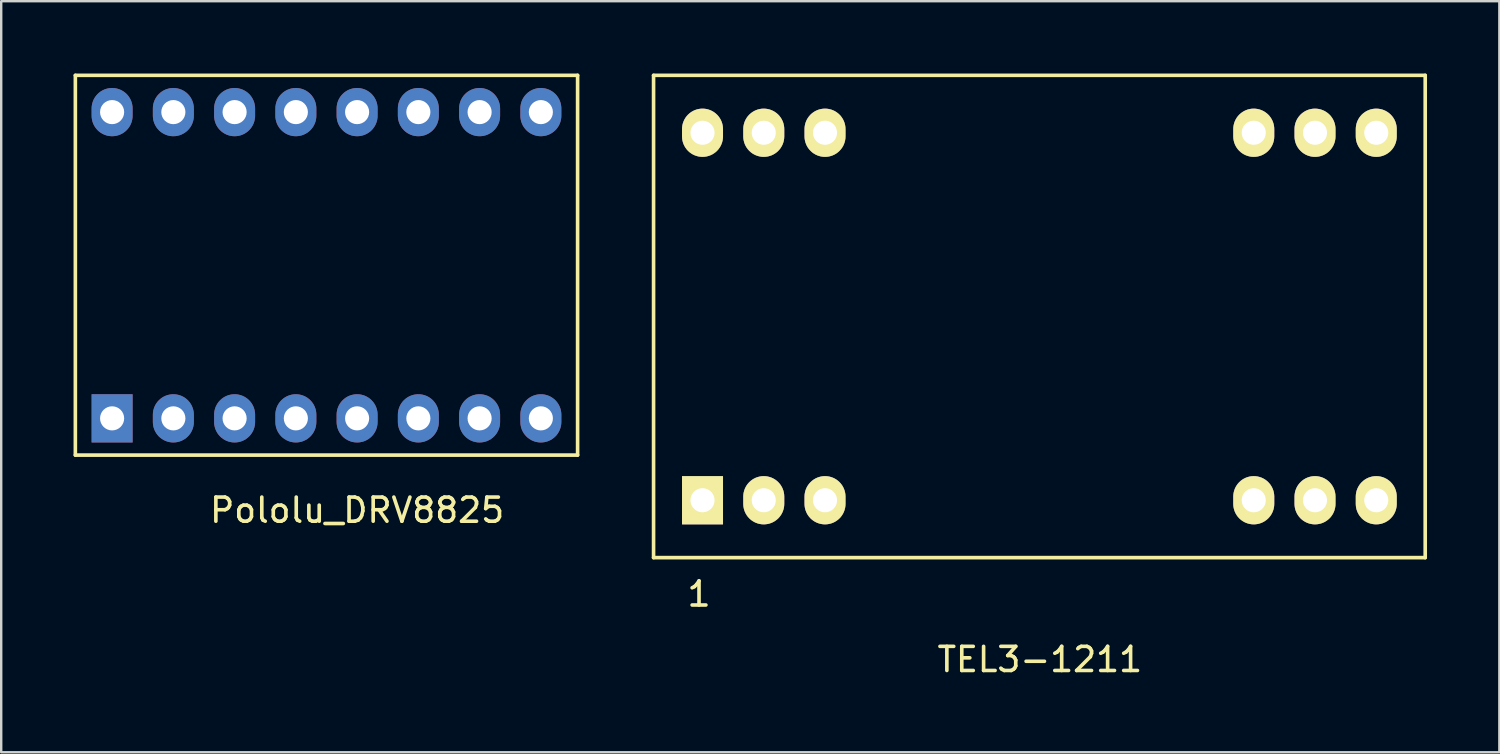
<source format=kicad_pcb>
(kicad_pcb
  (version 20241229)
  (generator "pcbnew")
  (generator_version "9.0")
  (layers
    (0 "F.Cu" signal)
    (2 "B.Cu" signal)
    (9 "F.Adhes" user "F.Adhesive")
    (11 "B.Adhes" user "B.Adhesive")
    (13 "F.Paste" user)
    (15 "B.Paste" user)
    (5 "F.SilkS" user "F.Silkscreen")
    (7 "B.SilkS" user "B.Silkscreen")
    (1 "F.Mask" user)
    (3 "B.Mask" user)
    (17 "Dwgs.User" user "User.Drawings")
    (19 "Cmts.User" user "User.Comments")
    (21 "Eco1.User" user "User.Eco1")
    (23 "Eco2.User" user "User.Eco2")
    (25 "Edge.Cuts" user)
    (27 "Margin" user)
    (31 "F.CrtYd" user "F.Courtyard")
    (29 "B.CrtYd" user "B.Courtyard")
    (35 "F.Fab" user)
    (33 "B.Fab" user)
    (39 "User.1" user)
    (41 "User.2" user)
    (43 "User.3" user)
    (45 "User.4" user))
  (footprint "TEL3-1211"
    (layer "F.Cu")
    (at 40.053 10.075)
    (property "Reference" "TEL3-1211" (at 0.02 14.224 0) (layer "F.SilkS") (effects (font (size 1 1) (thickness 0.15))))
    (attr through_hole)
    (fp_line (start -16 -10) (end 16 -10) (stroke (width 0.15) (type solid)) (layer "F.SilkS"))
    (fp_line (start -16 10) (end -16 -10) (stroke (width 0.15) (type solid)) (layer "F.SilkS"))
    (fp_line (start 16 -10) (end 16 10) (stroke (width 0.15) (type solid)) (layer "F.SilkS"))
    (fp_line (start 16 10) (end -16 10) (stroke (width 0.15) (type solid)) (layer "F.SilkS"))
    (fp_text user "1" (at -14.115 11.509 0) (layer "F.SilkS") (effects (font (size 1 1) (thickness 0.15))))
    (pad "1" thru_hole rect (at -13.97 7.62) (size 1.7 2) (drill 1) (layers "*.Cu" "*.Mask" "F.SilkS"))
    (pad "2" thru_hole oval (at -11.43 7.62) (size 1.7 2) (drill 1) (layers "*.Cu" "*.Mask" "F.SilkS"))
    (pad "3" thru_hole oval (at -8.89 7.62) (size 1.7 2) (drill 1) (layers "*.Cu" "*.Mask" "F.SilkS"))
    (pad "10" thru_hole oval (at 8.89 7.62) (size 1.7 2) (drill 1) (layers "*.Cu" "*.Mask" "F.SilkS"))
    (pad "11" thru_hole oval (at 11.43 7.62) (size 1.7 2) (drill 1) (layers "*.Cu" "*.Mask" "F.SilkS"))
    (pad "12" thru_hole oval (at 13.97 7.62) (size 1.7 2) (drill 1) (layers "*.Cu" "*.Mask" "F.SilkS"))
    (pad "13" thru_hole oval (at 13.97 -7.62) (size 1.7 2) (drill 1) (layers "*.Cu" "*.Mask" "F.SilkS"))
    (pad "14" thru_hole oval (at 11.43 -7.62) (size 1.7 2) (drill 1) (layers "*.Cu" "*.Mask" "F.SilkS"))
    (pad "15" thru_hole oval (at 8.89 -7.62) (size 1.7 2) (drill 1) (layers "*.Cu" "*.Mask" "F.SilkS"))
    (pad "22" thru_hole oval (at -8.89 -7.62) (size 1.7 2) (drill 1) (layers "*.Cu" "*.Mask" "F.SilkS"))
    (pad "23" thru_hole oval (at -11.43 -7.62) (size 1.7 2) (drill 1) (layers "*.Cu" "*.Mask" "F.SilkS"))
    (pad "24" thru_hole oval (at -13.97 -7.62) (size 1.7 2) (drill 1) (layers "*.Cu" "*.Mask" "F.SilkS")))
  (footprint "Pololu_DRV8825"
    (layer "F.Cu")
    (at 1.599 14.299)
    (property "Reference" "Pololu_DRV8825" (at 10.16 3.81 0) (layer "F.SilkS") (effects (font (size 1 1) (thickness 0.15))))
    (attr through_hole)
    (fp_line (start -1.524 -14.224) (end 19.304 -14.224) (stroke (width 0.15) (type solid)) (layer "F.SilkS"))
    (fp_line (start -1.524 1.524) (end -1.524 -14.224) (stroke (width 0.15) (type solid)) (layer "F.SilkS"))
    (fp_line (start 19.304 -14.224) (end 19.304 1.524) (stroke (width 0.15) (type solid)) (layer "F.SilkS"))
    (fp_line (start 19.304 1.524) (end -1.524 1.524) (stroke (width 0.15) (type solid)) (layer "F.SilkS"))
    (pad "1" thru_hole rect (at 0 0) (size 1.7 2) (drill 1) (layers "*.Cu" "*.Mask"))
    (pad "2" thru_hole oval (at 2.54 0) (size 1.7 2) (drill 1) (layers "*.Cu" "*.Mask"))
    (pad "3" thru_hole oval (at 5.08 0) (size 1.7 2) (drill 1) (layers "*.Cu" "*.Mask"))
    (pad "4" thru_hole oval (at 7.62 0) (size 1.7 2) (drill 1) (layers "*.Cu" "*.Mask"))
    (pad "5" thru_hole oval (at 10.16 0) (size 1.7 2) (drill 1) (layers "*.Cu" "*.Mask"))
    (pad "6" thru_hole oval (at 12.7 0) (size 1.7 2) (drill 1) (layers "*.Cu" "*.Mask"))
    (pad "7" thru_hole oval (at 15.24 0) (size 1.7 2) (drill 1) (layers "*.Cu" "*.Mask"))
    (pad "8" thru_hole oval (at 17.78 0) (size 1.7 2) (drill 1) (layers "*.Cu" "*.Mask"))
    (pad "9" thru_hole oval (at 17.78 -12.7) (size 1.7 2) (drill 1) (layers "*.Cu" "*.Mask"))
    (pad "10" thru_hole oval (at 15.24 -12.7) (size 1.7 2) (drill 1) (layers "*.Cu" "*.Mask"))
    (pad "11" thru_hole oval (at 12.7 -12.7) (size 1.7 2) (drill 1) (layers "*.Cu" "*.Mask"))
    (pad "12" thru_hole oval (at 10.16 -12.7) (size 1.7 2) (drill 1) (layers "*.Cu" "*.Mask"))
    (pad "13" thru_hole oval (at 7.62 -12.7) (size 1.7 2) (drill 1) (layers "*.Cu" "*.Mask"))
    (pad "14" thru_hole oval (at 5.08 -12.7) (size 1.7 2) (drill 1) (layers "*.Cu" "*.Mask"))
    (pad "15" thru_hole oval (at 2.54 -12.7) (size 1.7 2) (drill 1) (layers "*.Cu" "*.Mask"))
    (pad "16" thru_hole oval (at 0 -12.7) (size 1.7 2) (drill 1) (layers "*.Cu" "*.Mask")))
  (gr_rect
    (start -3 -3)
    (end 59.128 28.147)
    (stroke (width 0.1) (type default))
    (fill no)
    (layer "Edge.Cuts")))
</source>
